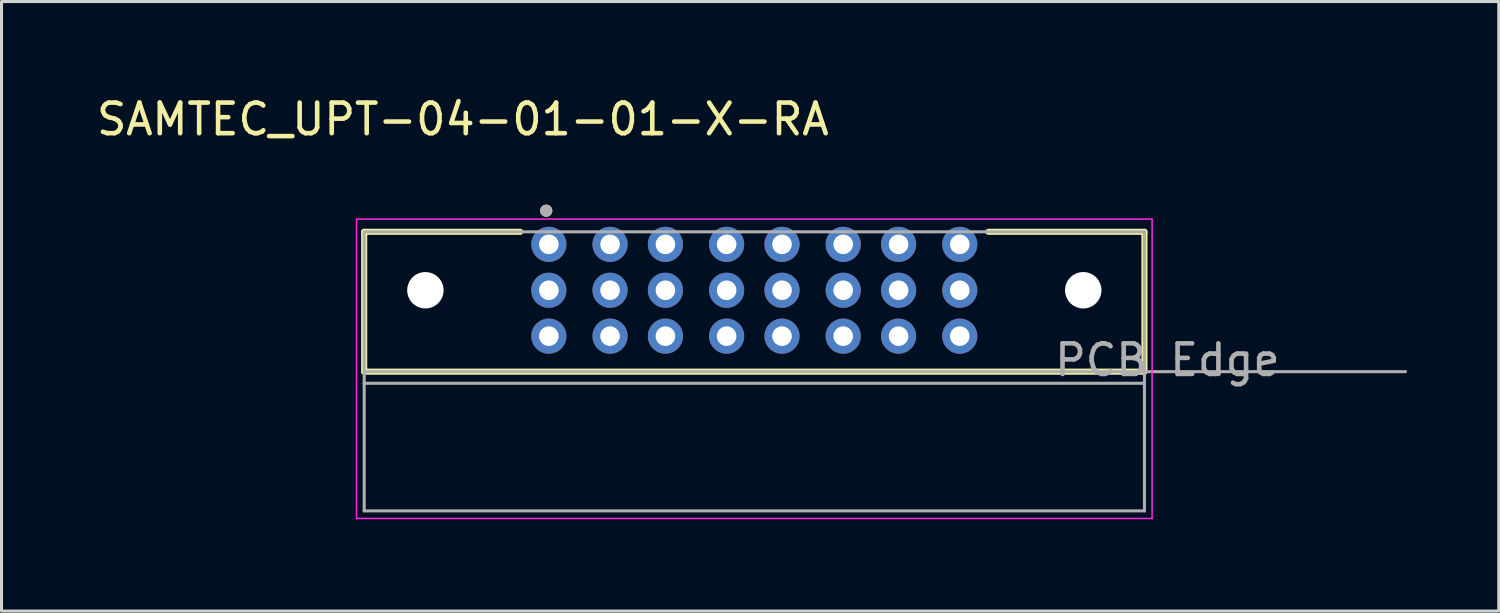
<source format=kicad_pcb>
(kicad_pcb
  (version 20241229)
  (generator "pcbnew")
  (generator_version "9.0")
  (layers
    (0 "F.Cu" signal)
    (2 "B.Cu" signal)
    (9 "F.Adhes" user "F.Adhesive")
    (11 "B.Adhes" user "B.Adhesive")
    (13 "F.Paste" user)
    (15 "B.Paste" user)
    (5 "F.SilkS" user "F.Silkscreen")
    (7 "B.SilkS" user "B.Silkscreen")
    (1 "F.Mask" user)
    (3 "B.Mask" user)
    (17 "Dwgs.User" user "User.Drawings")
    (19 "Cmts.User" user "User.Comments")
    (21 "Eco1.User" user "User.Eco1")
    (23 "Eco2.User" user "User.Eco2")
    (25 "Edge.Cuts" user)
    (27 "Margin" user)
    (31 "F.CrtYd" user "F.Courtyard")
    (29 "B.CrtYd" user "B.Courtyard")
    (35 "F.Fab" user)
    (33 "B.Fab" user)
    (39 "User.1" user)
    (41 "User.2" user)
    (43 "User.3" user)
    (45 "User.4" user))
  (footprint "SAMTEC_UPT-04-01-01-X-RA"
    (layer "F.Cu")
    (at 21.602 6.436)
    (property "Reference" "SAMTEC_UPT-04-01-01-X-RA" (at -9.525 -5.588 0) (layer "F.SilkS") (effects (font (size 1 1) (thickness 0.15))))
    (attr through_hole)
    (fp_line (start -12.75 -1.91) (end -12.75 2.66) (stroke (width 0.2) (type solid)) (layer "F.SilkS"))
    (fp_line (start -12.75 2.66) (end 12.75 2.66) (stroke (width 0.2) (type solid)) (layer "F.SilkS"))
    (fp_line (start -7.65 -1.91) (end -12.75 -1.91) (stroke (width 0.2) (type solid)) (layer "F.SilkS"))
    (fp_line (start 12.75 -1.91) (end 7.65 -1.91) (stroke (width 0.2) (type solid)) (layer "F.SilkS"))
    (fp_line (start 12.75 2.66) (end 12.75 -1.91) (stroke (width 0.2) (type solid)) (layer "F.SilkS"))
    (fp_circle (center -6.8 -2.6) (end -6.7 -2.6) (stroke (width 0.2) (type solid)) (fill no) (layer "F.SilkS"))
    (fp_line (start -13 -2.325) (end 13 -2.325) (stroke (width 0.05) (type solid)) (layer "F.CrtYd"))
    (fp_line (start -13 7.46) (end -13 -2.325) (stroke (width 0.05) (type solid)) (layer "F.CrtYd"))
    (fp_line (start 13 -2.325) (end 13 7.46) (stroke (width 0.05) (type solid)) (layer "F.CrtYd"))
    (fp_line (start 13 7.46) (end -13 7.46) (stroke (width 0.05) (type solid)) (layer "F.CrtYd"))
    (fp_line (start -12.75 -1.91) (end 12.75 -1.91) (stroke (width 0.1) (type solid)) (layer "F.Fab"))
    (fp_line (start -12.75 2.66) (end -12.75 -1.91) (stroke (width 0.1) (type solid)) (layer "F.Fab"))
    (fp_line (start -12.75 3.04) (end -12.75 2.66) (stroke (width 0.1) (type solid)) (layer "F.Fab"))
    (fp_line (start -12.75 7.21) (end -12.75 3.04) (stroke (width 0.1) (type solid)) (layer "F.Fab"))
    (fp_line (start 12.75 -1.91) (end 12.75 2.66) (stroke (width 0.1) (type solid)) (layer "F.Fab"))
    (fp_line (start 12.75 2.66) (end -12.75 2.66) (stroke (width 0.1) (type solid)) (layer "F.Fab"))
    (fp_line (start 12.75 2.66) (end 12.75 3.04) (stroke (width 0.1) (type solid)) (layer "F.Fab"))
    (fp_line (start 12.75 2.66) (end 21.28 2.66) (stroke (width 0.1) (type solid)) (layer "F.Fab"))
    (fp_line (start 12.75 3.04) (end -12.75 3.04) (stroke (width 0.1) (type solid)) (layer "F.Fab"))
    (fp_line (start 12.75 3.04) (end 12.75 7.21) (stroke (width 0.1) (type solid)) (layer "F.Fab"))
    (fp_line (start 12.75 7.21) (end -12.75 7.21) (stroke (width 0.1) (type solid)) (layer "F.Fab"))
    (fp_circle (center -6.8 -2.6) (end -6.7 -2.6) (stroke (width 0.2) (type solid)) (fill no) (layer "F.Fab"))
    (fp_text user "PCB Edge" (at 13.5 2.28 0) (layer "F.Fab") (effects (font (size 1 1) (thickness 0.15))))
    (pad "" np_thru_hole circle (at -10.75 0) (size 1.19 1.19) (drill 1.19) (layers "*.Cu" "*.Mask"))
    (pad "" np_thru_hole circle (at 10.75 0) (size 1.19 1.19) (drill 1.19) (layers "*.Cu" "*.Mask"))
    (pad "P01_1" thru_hole circle (at -6.715 -1.5) (size 1.148 1.148) (drill 0.64) (layers "*.Cu" "*.Mask"))
    (pad "P01_2" thru_hole circle (at -6.715 0) (size 1.148 1.148) (drill 0.64) (layers "*.Cu" "*.Mask"))
    (pad "P01_3" thru_hole circle (at -6.715 1.5) (size 1.148 1.148) (drill 0.64) (layers "*.Cu" "*.Mask"))
    (pad "P01_4" thru_hole circle (at -4.715 -1.5) (size 1.148 1.148) (drill 0.64) (layers "*.Cu" "*.Mask"))
    (pad "P01_5" thru_hole circle (at -4.715 0) (size 1.148 1.148) (drill 0.64) (layers "*.Cu" "*.Mask"))
    (pad "P01_6" thru_hole circle (at -4.715 1.5) (size 1.148 1.148) (drill 0.64) (layers "*.Cu" "*.Mask"))
    (pad "P02_1" thru_hole circle (at -2.905 -1.5) (size 1.148 1.148) (drill 0.64) (layers "*.Cu" "*.Mask"))
    (pad "P02_2" thru_hole circle (at -2.905 0) (size 1.148 1.148) (drill 0.64) (layers "*.Cu" "*.Mask"))
    (pad "P02_3" thru_hole circle (at -2.905 1.5) (size 1.148 1.148) (drill 0.64) (layers "*.Cu" "*.Mask"))
    (pad "P02_4" thru_hole circle (at -0.905 -1.5) (size 1.148 1.148) (drill 0.64) (layers "*.Cu" "*.Mask"))
    (pad "P02_5" thru_hole circle (at -0.905 0) (size 1.148 1.148) (drill 0.64) (layers "*.Cu" "*.Mask"))
    (pad "P02_6" thru_hole circle (at -0.905 1.5) (size 1.148 1.148) (drill 0.64) (layers "*.Cu" "*.Mask"))
    (pad "P03_1" thru_hole circle (at 0.905 -1.5) (size 1.148 1.148) (drill 0.64) (layers "*.Cu" "*.Mask"))
    (pad "P03_2" thru_hole circle (at 0.905 0) (size 1.148 1.148) (drill 0.64) (layers "*.Cu" "*.Mask"))
    (pad "P03_3" thru_hole circle (at 0.905 1.5) (size 1.148 1.148) (drill 0.64) (layers "*.Cu" "*.Mask"))
    (pad "P03_4" thru_hole circle (at 2.905 -1.5) (size 1.148 1.148) (drill 0.64) (layers "*.Cu" "*.Mask"))
    (pad "P03_5" thru_hole circle (at 2.905 0) (size 1.148 1.148) (drill 0.64) (layers "*.Cu" "*.Mask"))
    (pad "P03_6" thru_hole circle (at 2.905 1.5) (size 1.148 1.148) (drill 0.64) (layers "*.Cu" "*.Mask"))
    (pad "P04_1" thru_hole circle (at 4.715 -1.5) (size 1.148 1.148) (drill 0.64) (layers "*.Cu" "*.Mask"))
    (pad "P04_2" thru_hole circle (at 4.715 0) (size 1.148 1.148) (drill 0.64) (layers "*.Cu" "*.Mask"))
    (pad "P04_3" thru_hole circle (at 4.715 1.5) (size 1.148 1.148) (drill 0.64) (layers "*.Cu" "*.Mask"))
    (pad "P04_4" thru_hole circle (at 6.715 -1.5) (size 1.148 1.148) (drill 0.64) (layers "*.Cu" "*.Mask"))
    (pad "P04_5" thru_hole circle (at 6.715 0) (size 1.148 1.148) (drill 0.64) (layers "*.Cu" "*.Mask"))
    (pad "P04_6" thru_hole circle (at 6.715 1.5) (size 1.148 1.148) (drill 0.64) (layers "*.Cu" "*.Mask")))
  (gr_rect
    (start -3 -3)
    (end 45.932 16.921)
    (stroke (width 0.1) (type default))
    (fill no)
    (layer "Edge.Cuts")))
</source>
